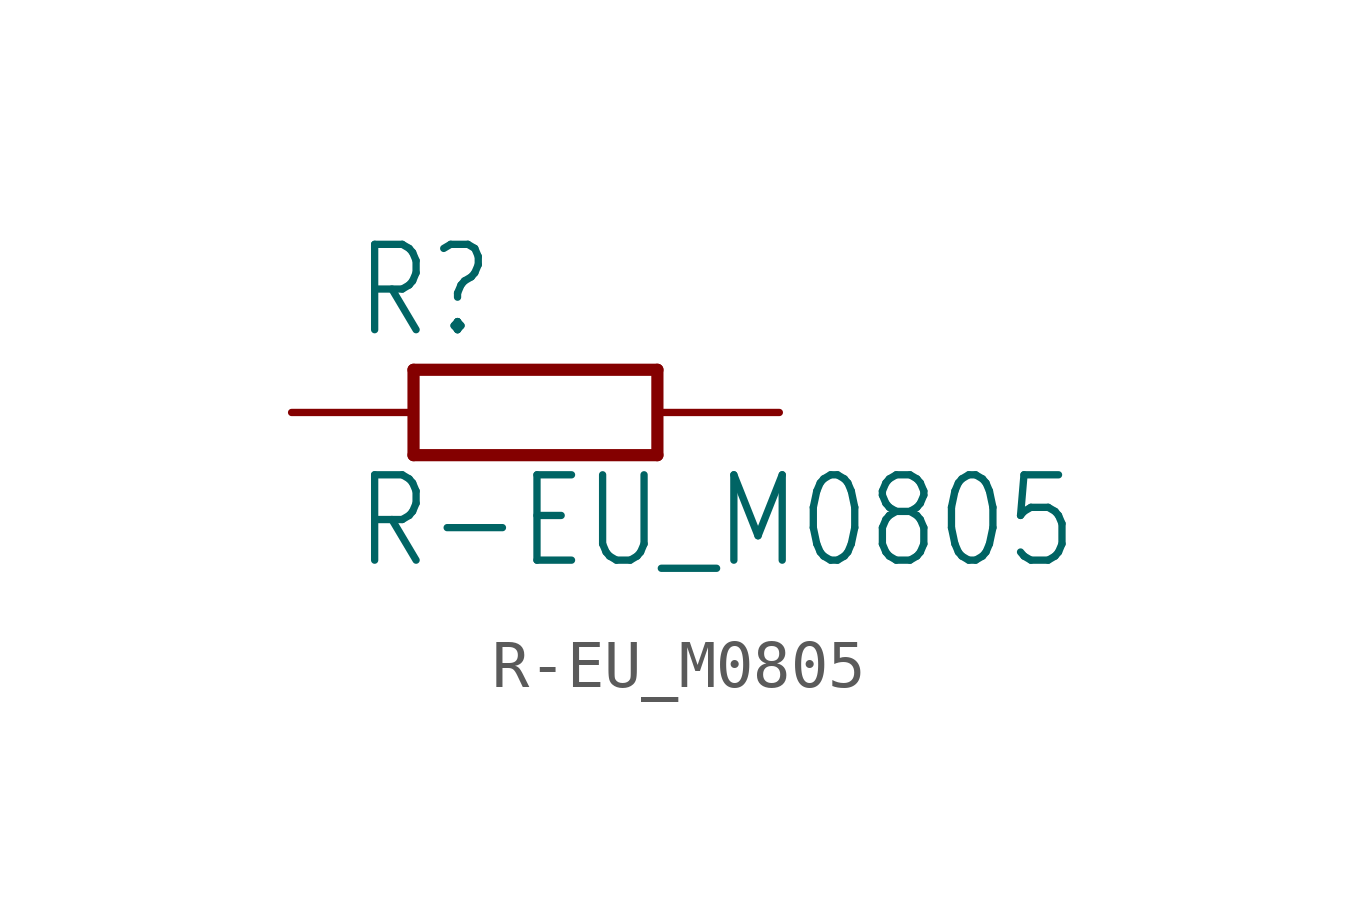
<source format=kicad_sym>
(kicad_symbol_lib
  (version 20210619)
  (generator kicad_symbol_editor)
  (symbol "R-EU_M0805"
    (property "Reference" "R"
      (at -3.81 1.499 0)
      (effects (font (size 1.778 1.511)) (justify left bottom)))
    (property "Value" "R-EU_M0805"
      (at -3.81 -3.302 0)
      (effects (font (size 1.778 1.511)) (justify left bottom)))
    (property "ki_locked" ""
      (at 0 0 0)
      (effects (font (size 1.27 1.27))))
    (symbol "R-EU_M0805_1_0"
      (polyline (pts (xy -2.54 -0.889) (xy -2.54 0.889)) (stroke (width 0.254)) (fill (type none)))
      (polyline (pts (xy -2.54 -0.889) (xy 2.54 -0.889)) (stroke (width 0.254)) (fill (type none)))
      (polyline (pts (xy 2.54 -0.889) (xy 2.54 0.889)) (stroke (width 0.254)) (fill (type none)))
      (polyline (pts (xy 2.54 0.889) (xy -2.54 0.889)) (stroke (width 0.254)) (fill (type none)))
      (pin passive line (at -5.08 0 0) (length 2.54) (name "1" (effects (font (size 0 0)))) (number "1" (effects (font (size 0 0)))))
      (pin passive line (at 5.08 0 180) (length 2.54) (name "2" (effects (font (size 0 0)))) (number "2" (effects (font (size 0 0))))))))
</source>
